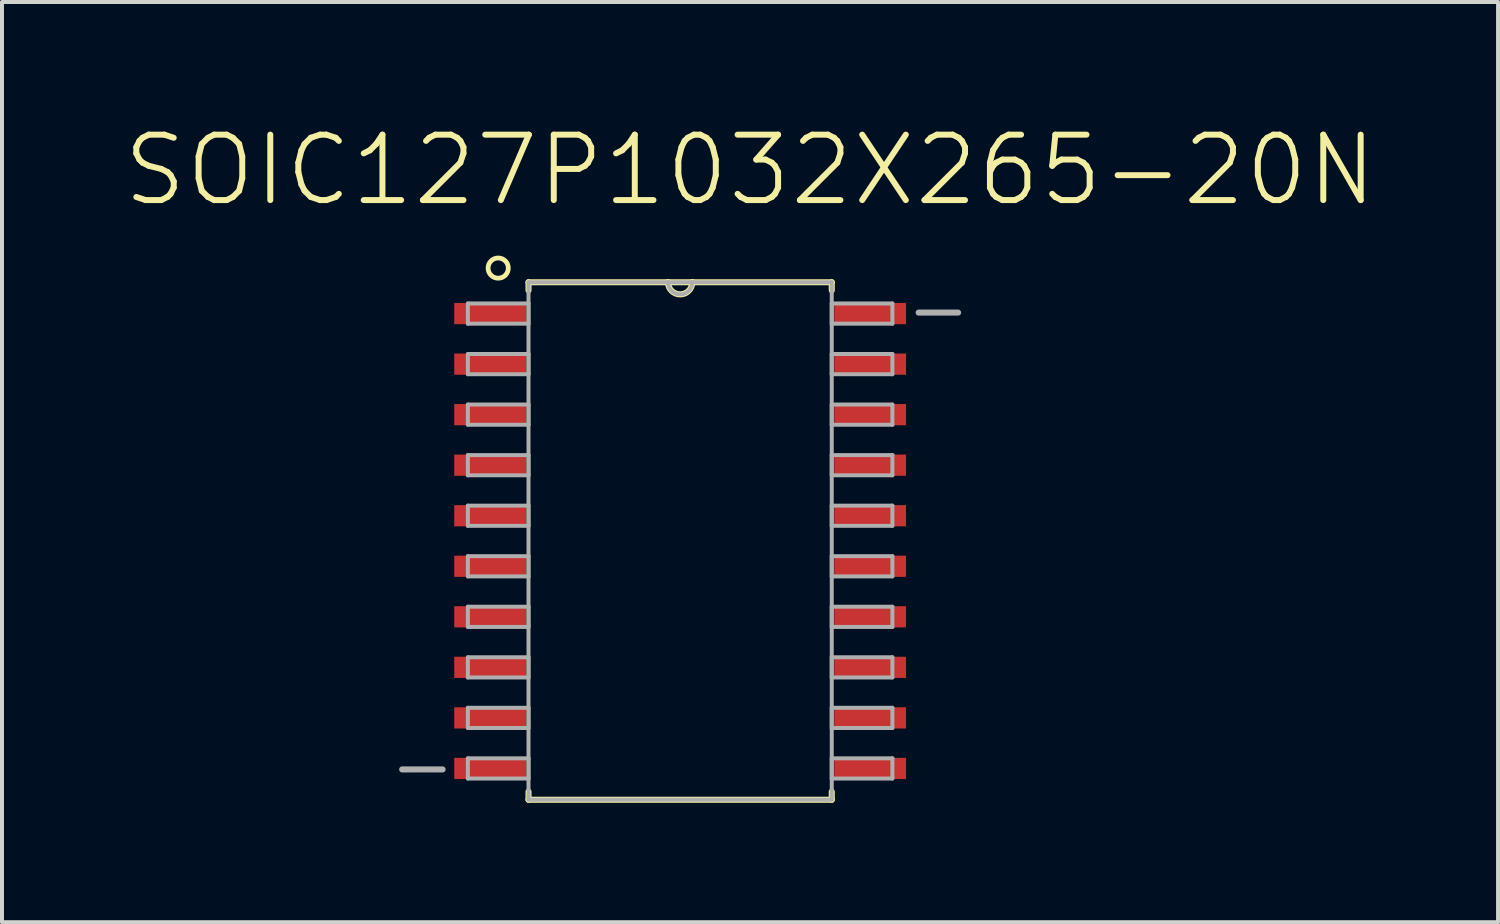
<source format=kicad_pcb>
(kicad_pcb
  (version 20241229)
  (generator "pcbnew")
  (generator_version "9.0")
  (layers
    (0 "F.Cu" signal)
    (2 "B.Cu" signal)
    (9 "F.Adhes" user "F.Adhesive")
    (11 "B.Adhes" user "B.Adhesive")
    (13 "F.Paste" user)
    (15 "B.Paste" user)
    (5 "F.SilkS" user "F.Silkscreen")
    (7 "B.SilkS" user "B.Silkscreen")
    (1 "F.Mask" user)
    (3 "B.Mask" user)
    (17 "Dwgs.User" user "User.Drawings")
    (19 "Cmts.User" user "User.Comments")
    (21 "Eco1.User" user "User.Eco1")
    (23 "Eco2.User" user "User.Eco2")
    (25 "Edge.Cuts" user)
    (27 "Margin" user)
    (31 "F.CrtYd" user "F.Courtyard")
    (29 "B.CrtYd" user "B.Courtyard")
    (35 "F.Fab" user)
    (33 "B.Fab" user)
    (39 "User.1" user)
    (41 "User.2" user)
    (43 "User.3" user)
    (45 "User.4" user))
  (footprint "SOIC127P1032X265-20N"
    (layer "F.Cu")
    (at 14.041 10.545)
    (property "Reference" "SOIC127P1032X265-20N" (at 1.757 -9.32 0) (layer "F.SilkS") (effects (font (size 1.644 1.644) (thickness 0.15))))
    (attr through_hole)
    (fp_line (start -3.81 -6.502) (end -3.81 -6.299) (stroke (width 0.152) (type solid)) (layer "F.SilkS"))
    (fp_line (start -3.81 6.299) (end -3.81 6.502) (stroke (width 0.152) (type solid)) (layer "F.SilkS"))
    (fp_line (start -3.81 6.502) (end 3.81 6.502) (stroke (width 0.152) (type solid)) (layer "F.SilkS"))
    (fp_line (start -0.305 -6.502) (end -3.81 -6.502) (stroke (width 0.152) (type solid)) (layer "F.SilkS"))
    (fp_line (start 0.305 -6.502) (end -0.305 -6.502) (stroke (width 0.152) (type solid)) (layer "F.SilkS"))
    (fp_line (start 3.81 -6.502) (end 0.305 -6.502) (stroke (width 0.152) (type solid)) (layer "F.SilkS"))
    (fp_line (start 3.81 -6.299) (end 3.81 -6.502) (stroke (width 0.152) (type solid)) (layer "F.SilkS"))
    (fp_line (start 3.81 6.502) (end 3.81 6.299) (stroke (width 0.152) (type solid)) (layer "F.SilkS"))
    (fp_arc (start 0.3048 -6.5024) (mid 0 -6.1976) (end -0.3048 -6.5024) (stroke (width 0.1524) (type solid)) (layer "F.SilkS"))
    (fp_circle (center -4.572 -6.858) (end -4.826 -6.858) (stroke (width 0.12) (type solid)) (fill no) (layer "F.SilkS"))
    (fp_line (start -6.985 5.74) (end -5.969 5.74) (stroke (width 0.152) (type solid)) (layer "F.Fab"))
    (fp_line (start -5.334 -5.969) (end -5.334 -5.461) (stroke (width 0.1) (type solid)) (layer "F.Fab"))
    (fp_line (start -5.334 -5.461) (end -3.81 -5.461) (stroke (width 0.1) (type solid)) (layer "F.Fab"))
    (fp_line (start -5.334 -4.699) (end -5.334 -4.191) (stroke (width 0.1) (type solid)) (layer "F.Fab"))
    (fp_line (start -5.334 -4.191) (end -3.81 -4.191) (stroke (width 0.1) (type solid)) (layer "F.Fab"))
    (fp_line (start -5.334 -3.429) (end -5.334 -2.921) (stroke (width 0.1) (type solid)) (layer "F.Fab"))
    (fp_line (start -5.334 -2.921) (end -3.81 -2.921) (stroke (width 0.1) (type solid)) (layer "F.Fab"))
    (fp_line (start -5.334 -2.159) (end -5.334 -1.651) (stroke (width 0.1) (type solid)) (layer "F.Fab"))
    (fp_line (start -5.334 -1.651) (end -3.81 -1.651) (stroke (width 0.1) (type solid)) (layer "F.Fab"))
    (fp_line (start -5.334 -0.889) (end -5.334 -0.381) (stroke (width 0.1) (type solid)) (layer "F.Fab"))
    (fp_line (start -5.334 -0.381) (end -3.81 -0.381) (stroke (width 0.1) (type solid)) (layer "F.Fab"))
    (fp_line (start -5.334 0.381) (end -5.334 0.889) (stroke (width 0.1) (type solid)) (layer "F.Fab"))
    (fp_line (start -5.334 0.889) (end -3.81 0.889) (stroke (width 0.1) (type solid)) (layer "F.Fab"))
    (fp_line (start -5.334 1.651) (end -5.334 2.159) (stroke (width 0.1) (type solid)) (layer "F.Fab"))
    (fp_line (start -5.334 2.159) (end -3.81 2.159) (stroke (width 0.1) (type solid)) (layer "F.Fab"))
    (fp_line (start -5.334 2.921) (end -5.334 3.429) (stroke (width 0.1) (type solid)) (layer "F.Fab"))
    (fp_line (start -5.334 3.429) (end -3.81 3.429) (stroke (width 0.1) (type solid)) (layer "F.Fab"))
    (fp_line (start -5.334 4.191) (end -5.334 4.699) (stroke (width 0.1) (type solid)) (layer "F.Fab"))
    (fp_line (start -5.334 4.699) (end -3.81 4.699) (stroke (width 0.1) (type solid)) (layer "F.Fab"))
    (fp_line (start -5.334 5.461) (end -5.334 5.969) (stroke (width 0.1) (type solid)) (layer "F.Fab"))
    (fp_line (start -5.334 5.969) (end -3.81 5.969) (stroke (width 0.1) (type solid)) (layer "F.Fab"))
    (fp_line (start -3.81 -6.502) (end -3.81 6.502) (stroke (width 0.1) (type solid)) (layer "F.Fab"))
    (fp_line (start -3.81 -5.969) (end -5.334 -5.969) (stroke (width 0.1) (type solid)) (layer "F.Fab"))
    (fp_line (start -3.81 -5.461) (end -3.81 -5.969) (stroke (width 0.1) (type solid)) (layer "F.Fab"))
    (fp_line (start -3.81 -4.699) (end -5.334 -4.699) (stroke (width 0.1) (type solid)) (layer "F.Fab"))
    (fp_line (start -3.81 -4.191) (end -3.81 -4.699) (stroke (width 0.1) (type solid)) (layer "F.Fab"))
    (fp_line (start -3.81 -3.429) (end -5.334 -3.429) (stroke (width 0.1) (type solid)) (layer "F.Fab"))
    (fp_line (start -3.81 -2.921) (end -3.81 -3.429) (stroke (width 0.1) (type solid)) (layer "F.Fab"))
    (fp_line (start -3.81 -2.159) (end -5.334 -2.159) (stroke (width 0.1) (type solid)) (layer "F.Fab"))
    (fp_line (start -3.81 -1.651) (end -3.81 -2.159) (stroke (width 0.1) (type solid)) (layer "F.Fab"))
    (fp_line (start -3.81 -0.889) (end -5.334 -0.889) (stroke (width 0.1) (type solid)) (layer "F.Fab"))
    (fp_line (start -3.81 -0.381) (end -3.81 -0.889) (stroke (width 0.1) (type solid)) (layer "F.Fab"))
    (fp_line (start -3.81 0.381) (end -5.334 0.381) (stroke (width 0.1) (type solid)) (layer "F.Fab"))
    (fp_line (start -3.81 0.889) (end -3.81 0.381) (stroke (width 0.1) (type solid)) (layer "F.Fab"))
    (fp_line (start -3.81 1.651) (end -5.334 1.651) (stroke (width 0.1) (type solid)) (layer "F.Fab"))
    (fp_line (start -3.81 2.159) (end -3.81 1.651) (stroke (width 0.1) (type solid)) (layer "F.Fab"))
    (fp_line (start -3.81 2.921) (end -5.334 2.921) (stroke (width 0.1) (type solid)) (layer "F.Fab"))
    (fp_line (start -3.81 3.429) (end -3.81 2.921) (stroke (width 0.1) (type solid)) (layer "F.Fab"))
    (fp_line (start -3.81 4.191) (end -5.334 4.191) (stroke (width 0.1) (type solid)) (layer "F.Fab"))
    (fp_line (start -3.81 4.699) (end -3.81 4.191) (stroke (width 0.1) (type solid)) (layer "F.Fab"))
    (fp_line (start -3.81 5.461) (end -5.334 5.461) (stroke (width 0.1) (type solid)) (layer "F.Fab"))
    (fp_line (start -3.81 5.969) (end -3.81 5.461) (stroke (width 0.1) (type solid)) (layer "F.Fab"))
    (fp_line (start -3.81 6.502) (end 3.81 6.502) (stroke (width 0.1) (type solid)) (layer "F.Fab"))
    (fp_line (start -0.305 -6.502) (end -3.81 -6.502) (stroke (width 0.1) (type solid)) (layer "F.Fab"))
    (fp_line (start 0.305 -6.502) (end -0.305 -6.502) (stroke (width 0.1) (type solid)) (layer "F.Fab"))
    (fp_line (start 3.81 -6.502) (end 0.305 -6.502) (stroke (width 0.1) (type solid)) (layer "F.Fab"))
    (fp_line (start 3.81 -5.969) (end 3.81 -5.461) (stroke (width 0.1) (type solid)) (layer "F.Fab"))
    (fp_line (start 3.81 -5.461) (end 5.334 -5.461) (stroke (width 0.1) (type solid)) (layer "F.Fab"))
    (fp_line (start 3.81 -4.699) (end 3.81 -4.191) (stroke (width 0.1) (type solid)) (layer "F.Fab"))
    (fp_line (start 3.81 -4.191) (end 5.334 -4.191) (stroke (width 0.1) (type solid)) (layer "F.Fab"))
    (fp_line (start 3.81 -3.429) (end 3.81 -2.921) (stroke (width 0.1) (type solid)) (layer "F.Fab"))
    (fp_line (start 3.81 -2.921) (end 5.334 -2.921) (stroke (width 0.1) (type solid)) (layer "F.Fab"))
    (fp_line (start 3.81 -2.159) (end 3.81 -1.651) (stroke (width 0.1) (type solid)) (layer "F.Fab"))
    (fp_line (start 3.81 -1.651) (end 5.334 -1.651) (stroke (width 0.1) (type solid)) (layer "F.Fab"))
    (fp_line (start 3.81 -0.889) (end 3.81 -0.381) (stroke (width 0.1) (type solid)) (layer "F.Fab"))
    (fp_line (start 3.81 -0.381) (end 5.334 -0.381) (stroke (width 0.1) (type solid)) (layer "F.Fab"))
    (fp_line (start 3.81 0.381) (end 3.81 0.889) (stroke (width 0.1) (type solid)) (layer "F.Fab"))
    (fp_line (start 3.81 0.889) (end 5.334 0.889) (stroke (width 0.1) (type solid)) (layer "F.Fab"))
    (fp_line (start 3.81 1.651) (end 3.81 2.159) (stroke (width 0.1) (type solid)) (layer "F.Fab"))
    (fp_line (start 3.81 2.159) (end 5.334 2.159) (stroke (width 0.1) (type solid)) (layer "F.Fab"))
    (fp_line (start 3.81 2.921) (end 3.81 3.429) (stroke (width 0.1) (type solid)) (layer "F.Fab"))
    (fp_line (start 3.81 3.429) (end 5.334 3.429) (stroke (width 0.1) (type solid)) (layer "F.Fab"))
    (fp_line (start 3.81 4.191) (end 3.81 4.699) (stroke (width 0.1) (type solid)) (layer "F.Fab"))
    (fp_line (start 3.81 4.699) (end 5.334 4.699) (stroke (width 0.1) (type solid)) (layer "F.Fab"))
    (fp_line (start 3.81 5.461) (end 3.81 5.969) (stroke (width 0.1) (type solid)) (layer "F.Fab"))
    (fp_line (start 3.81 5.969) (end 5.334 5.969) (stroke (width 0.1) (type solid)) (layer "F.Fab"))
    (fp_line (start 3.81 6.502) (end 3.81 -6.502) (stroke (width 0.1) (type solid)) (layer "F.Fab"))
    (fp_line (start 5.334 -5.969) (end 3.81 -5.969) (stroke (width 0.1) (type solid)) (layer "F.Fab"))
    (fp_line (start 5.334 -5.461) (end 5.334 -5.969) (stroke (width 0.1) (type solid)) (layer "F.Fab"))
    (fp_line (start 5.334 -4.699) (end 3.81 -4.699) (stroke (width 0.1) (type solid)) (layer "F.Fab"))
    (fp_line (start 5.334 -4.191) (end 5.334 -4.699) (stroke (width 0.1) (type solid)) (layer "F.Fab"))
    (fp_line (start 5.334 -3.429) (end 3.81 -3.429) (stroke (width 0.1) (type solid)) (layer "F.Fab"))
    (fp_line (start 5.334 -2.921) (end 5.334 -3.429) (stroke (width 0.1) (type solid)) (layer "F.Fab"))
    (fp_line (start 5.334 -2.159) (end 3.81 -2.159) (stroke (width 0.1) (type solid)) (layer "F.Fab"))
    (fp_line (start 5.334 -1.651) (end 5.334 -2.159) (stroke (width 0.1) (type solid)) (layer "F.Fab"))
    (fp_line (start 5.334 -0.889) (end 3.81 -0.889) (stroke (width 0.1) (type solid)) (layer "F.Fab"))
    (fp_line (start 5.334 -0.381) (end 5.334 -0.889) (stroke (width 0.1) (type solid)) (layer "F.Fab"))
    (fp_line (start 5.334 0.381) (end 3.81 0.381) (stroke (width 0.1) (type solid)) (layer "F.Fab"))
    (fp_line (start 5.334 0.889) (end 5.334 0.381) (stroke (width 0.1) (type solid)) (layer "F.Fab"))
    (fp_line (start 5.334 1.651) (end 3.81 1.651) (stroke (width 0.1) (type solid)) (layer "F.Fab"))
    (fp_line (start 5.334 2.159) (end 5.334 1.651) (stroke (width 0.1) (type solid)) (layer "F.Fab"))
    (fp_line (start 5.334 2.921) (end 3.81 2.921) (stroke (width 0.1) (type solid)) (layer "F.Fab"))
    (fp_line (start 5.334 3.429) (end 5.334 2.921) (stroke (width 0.1) (type solid)) (layer "F.Fab"))
    (fp_line (start 5.334 4.191) (end 3.81 4.191) (stroke (width 0.1) (type solid)) (layer "F.Fab"))
    (fp_line (start 5.334 4.699) (end 5.334 4.191) (stroke (width 0.1) (type solid)) (layer "F.Fab"))
    (fp_line (start 5.334 5.461) (end 3.81 5.461) (stroke (width 0.1) (type solid)) (layer "F.Fab"))
    (fp_line (start 5.334 5.969) (end 5.334 5.461) (stroke (width 0.1) (type solid)) (layer "F.Fab"))
    (fp_line (start 5.994 -5.74) (end 6.985 -5.74) (stroke (width 0.152) (type solid)) (layer "F.Fab"))
    (fp_arc (start 0.3048 -6.5024) (mid 0 -6.1976) (end -0.3048 -6.5024) (stroke (width 0.1) (type solid)) (layer "F.Fab"))
    (pad "1" smd rect (at -4.775 -5.715) (size 1.803 0.533) (layers "F.Cu" "F.Mask" "F.Paste"))
    (pad "2" smd rect (at -4.775 -4.445) (size 1.803 0.533) (layers "F.Cu" "F.Mask" "F.Paste"))
    (pad "3" smd rect (at -4.775 -3.175) (size 1.803 0.533) (layers "F.Cu" "F.Mask" "F.Paste"))
    (pad "4" smd rect (at -4.775 -1.905) (size 1.803 0.533) (layers "F.Cu" "F.Mask" "F.Paste"))
    (pad "5" smd rect (at -4.775 -0.635) (size 1.803 0.533) (layers "F.Cu" "F.Mask" "F.Paste"))
    (pad "6" smd rect (at -4.775 0.635) (size 1.803 0.533) (layers "F.Cu" "F.Mask" "F.Paste"))
    (pad "7" smd rect (at -4.775 1.905) (size 1.803 0.533) (layers "F.Cu" "F.Mask" "F.Paste"))
    (pad "8" smd rect (at -4.775 3.175) (size 1.803 0.533) (layers "F.Cu" "F.Mask" "F.Paste"))
    (pad "9" smd rect (at -4.775 4.445) (size 1.803 0.533) (layers "F.Cu" "F.Mask" "F.Paste"))
    (pad "10" smd rect (at -4.775 5.715) (size 1.803 0.533) (layers "F.Cu" "F.Mask" "F.Paste"))
    (pad "11" smd rect (at 4.775 5.715) (size 1.803 0.533) (layers "F.Cu" "F.Mask" "F.Paste"))
    (pad "12" smd rect (at 4.775 4.445) (size 1.803 0.533) (layers "F.Cu" "F.Mask" "F.Paste"))
    (pad "13" smd rect (at 4.775 3.175) (size 1.803 0.533) (layers "F.Cu" "F.Mask" "F.Paste"))
    (pad "14" smd rect (at 4.775 1.905) (size 1.803 0.533) (layers "F.Cu" "F.Mask" "F.Paste"))
    (pad "15" smd rect (at 4.775 0.635) (size 1.803 0.533) (layers "F.Cu" "F.Mask" "F.Paste"))
    (pad "16" smd rect (at 4.775 -0.635) (size 1.803 0.533) (layers "F.Cu" "F.Mask" "F.Paste"))
    (pad "17" smd rect (at 4.775 -1.905) (size 1.803 0.533) (layers "F.Cu" "F.Mask" "F.Paste"))
    (pad "18" smd rect (at 4.775 -3.175) (size 1.803 0.533) (layers "F.Cu" "F.Mask" "F.Paste"))
    (pad "19" smd rect (at 4.775 -4.445) (size 1.803 0.533) (layers "F.Cu" "F.Mask" "F.Paste"))
    (pad "20" smd rect (at 4.775 -5.715) (size 1.803 0.533) (layers "F.Cu" "F.Mask" "F.Paste")))
  (gr_rect
    (start -3 -3)
    (end 34.595 20.124)
    (stroke (width 0.1) (type default))
    (fill no)
    (layer "Edge.Cuts")))
</source>
